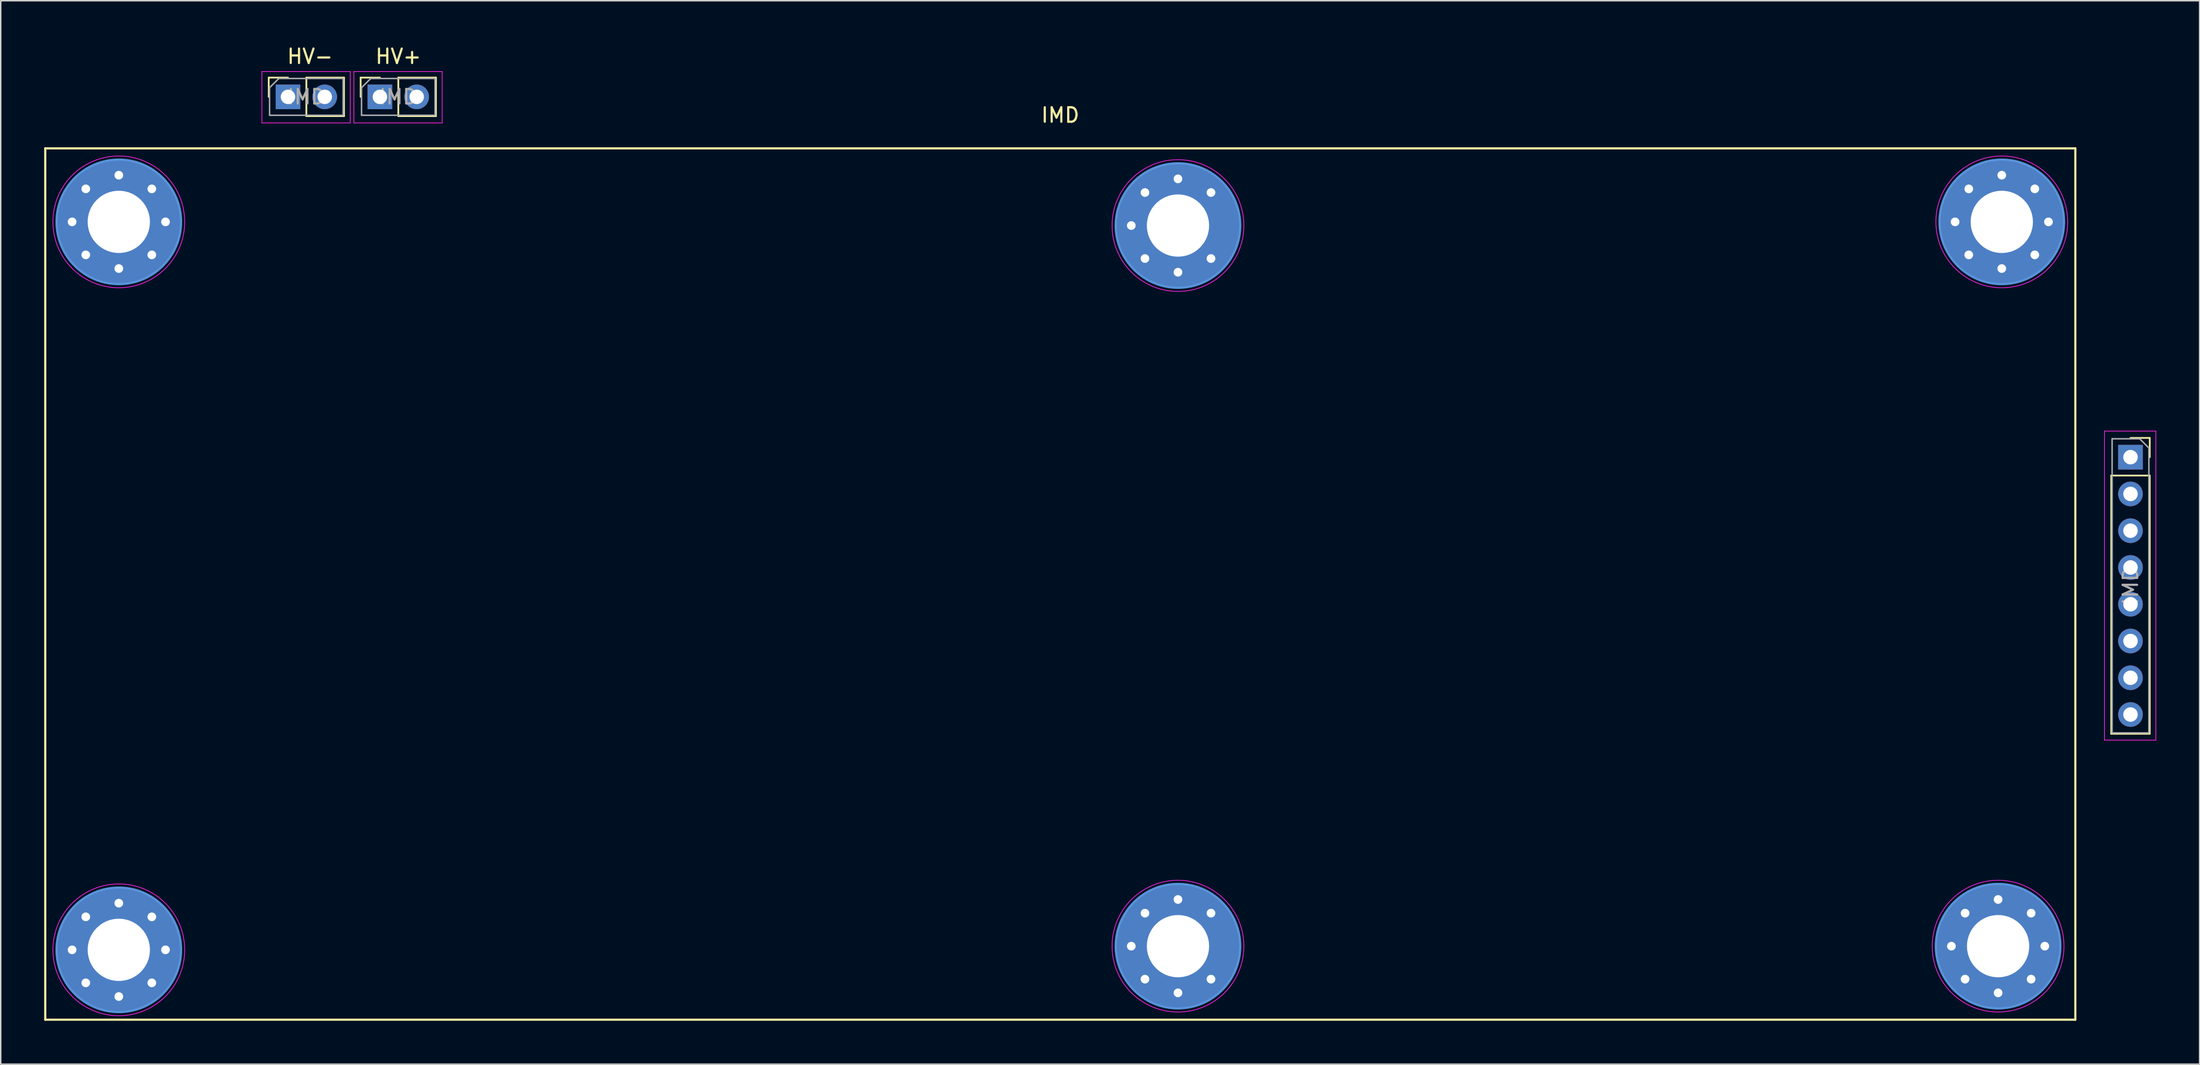
<source format=kicad_pcb>
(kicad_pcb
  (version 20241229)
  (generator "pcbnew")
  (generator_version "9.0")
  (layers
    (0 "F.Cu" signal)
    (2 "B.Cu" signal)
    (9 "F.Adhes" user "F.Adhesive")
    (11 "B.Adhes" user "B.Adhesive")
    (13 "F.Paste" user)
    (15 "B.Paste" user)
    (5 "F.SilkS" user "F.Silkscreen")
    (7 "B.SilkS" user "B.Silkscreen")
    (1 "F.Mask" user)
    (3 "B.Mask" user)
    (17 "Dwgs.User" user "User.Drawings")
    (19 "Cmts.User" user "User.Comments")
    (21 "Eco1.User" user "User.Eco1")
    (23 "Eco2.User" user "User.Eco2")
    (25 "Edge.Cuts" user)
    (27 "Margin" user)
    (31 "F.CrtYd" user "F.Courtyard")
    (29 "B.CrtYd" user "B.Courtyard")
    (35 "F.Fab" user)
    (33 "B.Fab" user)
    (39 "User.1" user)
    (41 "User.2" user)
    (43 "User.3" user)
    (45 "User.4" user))
  (footprint "IMD"
    (layer "F.Cu")
    (at 70.179 37.424)
    (property "Reference" "IMD" (at 0 -32.52 0) (layer "F.SilkS") (effects (font (size 1 1) (thickness 0.15))))
    (attr through_hole)
    (fp_line (start -70.104 -30.226) (end 70.104 -30.226) (stroke (width 0.15) (type solid)) (layer "F.SilkS"))
    (fp_line (start -70.104 29.972) (end -70.104 -30.226) (stroke (width 0.15) (type solid)) (layer "F.SilkS"))
    (fp_line (start -54.67 -35.112) (end -53.34 -35.112) (stroke (width 0.12) (type solid)) (layer "F.SilkS"))
    (fp_line (start -54.67 -33.782) (end -54.67 -35.112) (stroke (width 0.12) (type solid)) (layer "F.SilkS"))
    (fp_line (start -52.07 -35.112) (end -49.47 -35.112) (stroke (width 0.12) (type solid)) (layer "F.SilkS"))
    (fp_line (start -52.07 -32.452) (end -52.07 -35.112) (stroke (width 0.12) (type solid)) (layer "F.SilkS"))
    (fp_line (start -52.07 -32.452) (end -49.47 -32.452) (stroke (width 0.12) (type solid)) (layer "F.SilkS"))
    (fp_line (start -49.47 -32.452) (end -49.47 -35.112) (stroke (width 0.12) (type solid)) (layer "F.SilkS"))
    (fp_line (start -48.32 -35.112) (end -46.99 -35.112) (stroke (width 0.12) (type solid)) (layer "F.SilkS"))
    (fp_line (start -48.32 -33.782) (end -48.32 -35.112) (stroke (width 0.12) (type solid)) (layer "F.SilkS"))
    (fp_line (start -45.72 -35.112) (end -43.12 -35.112) (stroke (width 0.12) (type solid)) (layer "F.SilkS"))
    (fp_line (start -45.72 -32.452) (end -45.72 -35.112) (stroke (width 0.12) (type solid)) (layer "F.SilkS"))
    (fp_line (start -45.72 -32.452) (end -43.12 -32.452) (stroke (width 0.12) (type solid)) (layer "F.SilkS"))
    (fp_line (start -43.12 -32.452) (end -43.12 -35.112) (stroke (width 0.12) (type solid)) (layer "F.SilkS"))
    (fp_line (start 70.104 -30.226) (end 70.104 29.972) (stroke (width 0.15) (type solid)) (layer "F.SilkS"))
    (fp_line (start 70.104 29.972) (end -70.104 29.972) (stroke (width 0.15) (type solid)) (layer "F.SilkS"))
    (fp_line (start 72.584 -7.62) (end 72.584 10.22) (stroke (width 0.12) (type solid)) (layer "F.SilkS"))
    (fp_line (start 72.584 -7.62) (end 75.244 -7.62) (stroke (width 0.12) (type solid)) (layer "F.SilkS"))
    (fp_line (start 72.584 10.22) (end 75.244 10.22) (stroke (width 0.12) (type solid)) (layer "F.SilkS"))
    (fp_line (start 73.914 -10.22) (end 75.244 -10.22) (stroke (width 0.12) (type solid)) (layer "F.SilkS"))
    (fp_line (start 75.244 -10.22) (end 75.244 -8.89) (stroke (width 0.12) (type solid)) (layer "F.SilkS"))
    (fp_line (start 75.244 -7.62) (end 75.244 10.22) (stroke (width 0.12) (type solid)) (layer "F.SilkS"))
    (fp_circle (center -65.024 -25.146) (end -60.724 -25.146) (stroke (width 0.15) (type solid)) (fill no) (layer "Cmts.User"))
    (fp_circle (center -65.024 25.146) (end -60.724 25.146) (stroke (width 0.15) (type solid)) (fill no) (layer "Cmts.User"))
    (fp_circle (center 8.128 -24.892) (end 12.428 -24.892) (stroke (width 0.15) (type solid)) (fill no) (layer "Cmts.User"))
    (fp_circle (center 8.128 24.892) (end 12.428 24.892) (stroke (width 0.15) (type solid)) (fill no) (layer "Cmts.User"))
    (fp_circle (center 64.77 24.892) (end 69.07 24.892) (stroke (width 0.15) (type solid)) (fill no) (layer "Cmts.User"))
    (fp_circle (center 65.024 -25.146) (end 69.324 -25.146) (stroke (width 0.15) (type solid)) (fill no) (layer "Cmts.User"))
    (fp_line (start -55.14 -35.532) (end -49.04 -35.532) (stroke (width 0.05) (type solid)) (layer "F.CrtYd"))
    (fp_line (start -55.14 -31.982) (end -55.14 -35.532) (stroke (width 0.05) (type solid)) (layer "F.CrtYd"))
    (fp_line (start -49.04 -35.532) (end -49.04 -31.982) (stroke (width 0.05) (type solid)) (layer "F.CrtYd"))
    (fp_line (start -49.04 -31.982) (end -55.14 -31.982) (stroke (width 0.05) (type solid)) (layer "F.CrtYd"))
    (fp_line (start -48.79 -35.532) (end -42.69 -35.532) (stroke (width 0.05) (type solid)) (layer "F.CrtYd"))
    (fp_line (start -48.79 -31.982) (end -48.79 -35.532) (stroke (width 0.05) (type solid)) (layer "F.CrtYd"))
    (fp_line (start -42.69 -35.532) (end -42.69 -31.982) (stroke (width 0.05) (type solid)) (layer "F.CrtYd"))
    (fp_line (start -42.69 -31.982) (end -48.79 -31.982) (stroke (width 0.05) (type solid)) (layer "F.CrtYd"))
    (fp_line (start 72.114 -10.69) (end 75.664 -10.69) (stroke (width 0.05) (type solid)) (layer "F.CrtYd"))
    (fp_line (start 72.114 10.66) (end 72.114 -10.69) (stroke (width 0.05) (type solid)) (layer "F.CrtYd"))
    (fp_line (start 75.664 -10.69) (end 75.664 10.66) (stroke (width 0.05) (type solid)) (layer "F.CrtYd"))
    (fp_line (start 75.664 10.66) (end 72.114 10.66) (stroke (width 0.05) (type solid)) (layer "F.CrtYd"))
    (fp_circle (center -65.024 -25.146) (end -60.474 -25.146) (stroke (width 0.05) (type solid)) (fill no) (layer "F.CrtYd"))
    (fp_circle (center -65.024 25.146) (end -60.474 25.146) (stroke (width 0.05) (type solid)) (fill no) (layer "F.CrtYd"))
    (fp_circle (center 8.128 -24.892) (end 12.678 -24.892) (stroke (width 0.05) (type solid)) (fill no) (layer "F.CrtYd"))
    (fp_circle (center 8.128 24.892) (end 12.678 24.892) (stroke (width 0.05) (type solid)) (fill no) (layer "F.CrtYd"))
    (fp_circle (center 64.77 24.892) (end 69.32 24.892) (stroke (width 0.05) (type solid)) (fill no) (layer "F.CrtYd"))
    (fp_circle (center 65.024 -25.146) (end 69.574 -25.146) (stroke (width 0.05) (type solid)) (fill no) (layer "F.CrtYd"))
    (fp_line (start -54.61 -34.417) (end -53.975 -35.052) (stroke (width 0.1) (type solid)) (layer "F.Fab"))
    (fp_line (start -54.61 -32.512) (end -54.61 -34.417) (stroke (width 0.1) (type solid)) (layer "F.Fab"))
    (fp_line (start -53.975 -35.052) (end -49.53 -35.052) (stroke (width 0.1) (type solid)) (layer "F.Fab"))
    (fp_line (start -49.53 -35.052) (end -49.53 -32.512) (stroke (width 0.1) (type solid)) (layer "F.Fab"))
    (fp_line (start -49.53 -32.512) (end -54.61 -32.512) (stroke (width 0.1) (type solid)) (layer "F.Fab"))
    (fp_line (start -48.26 -34.417) (end -47.625 -35.052) (stroke (width 0.1) (type solid)) (layer "F.Fab"))
    (fp_line (start -48.26 -32.512) (end -48.26 -34.417) (stroke (width 0.1) (type solid)) (layer "F.Fab"))
    (fp_line (start -47.625 -35.052) (end -43.18 -35.052) (stroke (width 0.1) (type solid)) (layer "F.Fab"))
    (fp_line (start -43.18 -35.052) (end -43.18 -32.512) (stroke (width 0.1) (type solid)) (layer "F.Fab"))
    (fp_line (start -43.18 -32.512) (end -48.26 -32.512) (stroke (width 0.1) (type solid)) (layer "F.Fab"))
    (fp_line (start 72.644 -10.16) (end 74.549 -10.16) (stroke (width 0.1) (type solid)) (layer "F.Fab"))
    (fp_line (start 72.644 10.16) (end 72.644 -10.16) (stroke (width 0.1) (type solid)) (layer "F.Fab"))
    (fp_line (start 74.549 -10.16) (end 75.184 -9.525) (stroke (width 0.1) (type solid)) (layer "F.Fab"))
    (fp_line (start 75.184 -9.525) (end 75.184 10.16) (stroke (width 0.1) (type solid)) (layer "F.Fab"))
    (fp_line (start 75.184 10.16) (end 72.644 10.16) (stroke (width 0.1) (type solid)) (layer "F.Fab"))
    (fp_text user "HV-" (at -51.816 -36.576 0) (layer "F.SilkS") (effects (font (size 1 1) (thickness 0.15))))
    (fp_text user "HV+" (at -45.72 -36.576 0) (layer "F.SilkS") (effects (font (size 1 1) (thickness 0.15))))
    (fp_text user "${REFERENCE}" (at 73.914 0 90) (layer "F.Fab") (effects (font (size 1 1) (thickness 0.15))))
    (fp_text user "${REFERENCE}" (at 65.07 24.892 0) (layer "F.Fab") (effects (font (size 1 1) (thickness 0.15))))
    (fp_text user "${REFERENCE}" (at 8.428 -24.892 0) (layer "F.Fab") (effects (font (size 1 1) (thickness 0.15))))
    (fp_text user "${REFERENCE}" (at -45.72 -33.782 180) (layer "F.Fab") (effects (font (size 1 1) (thickness 0.15))))
    (fp_text user "${REFERENCE}" (at 65.324 -25.146 0) (layer "F.Fab") (effects (font (size 1 1) (thickness 0.15))))
    (fp_text user "${REFERENCE}" (at -64.724 -25.146 0) (layer "F.Fab") (effects (font (size 1 1) (thickness 0.15))))
    (fp_text user "${REFERENCE}" (at 8.428 24.892 0) (layer "F.Fab") (effects (font (size 1 1) (thickness 0.15))))
    (fp_text user "${REFERENCE}" (at -64.724 25.146 0) (layer "F.Fab") (effects (font (size 1 1) (thickness 0.15))))
    (fp_text user "${REFERENCE}" (at -52.07 -33.782 180) (layer "F.Fab") (effects (font (size 1 1) (thickness 0.15))))
    (pad "" thru_hole oval (at -50.8 -33.782 90) (size 1.7 1.7) (drill 1) (layers "*.Cu" "*.Mask"))
    (pad "" thru_hole oval (at -44.45 -33.782 90) (size 1.7 1.7) (drill 1) (layers "*.Cu" "*.Mask"))
    (pad "1" thru_hole circle (at -68.249 -25.146) (size 0.9 0.9) (drill 0.6) (layers "*.Cu" "*.Mask"))
    (pad "1" thru_hole circle (at -68.249 25.146) (size 0.9 0.9) (drill 0.6) (layers "*.Cu" "*.Mask"))
    (pad "1" thru_hole circle (at -67.304 -27.426) (size 0.9 0.9) (drill 0.6) (layers "*.Cu" "*.Mask"))
    (pad "1" thru_hole circle (at -67.304 -22.866) (size 0.9 0.9) (drill 0.6) (layers "*.Cu" "*.Mask"))
    (pad "1" thru_hole circle (at -67.304 22.866) (size 0.9 0.9) (drill 0.6) (layers "*.Cu" "*.Mask"))
    (pad "1" thru_hole circle (at -67.304 27.426) (size 0.9 0.9) (drill 0.6) (layers "*.Cu" "*.Mask"))
    (pad "1" thru_hole circle (at -65.024 -28.371) (size 0.9 0.9) (drill 0.6) (layers "*.Cu" "*.Mask"))
    (pad "1" thru_hole circle (at -65.024 -25.146) (size 8.6 8.6) (drill 4.3) (layers "*.Cu" "*.Mask"))
    (pad "1" thru_hole circle (at -65.024 -21.921) (size 0.9 0.9) (drill 0.6) (layers "*.Cu" "*.Mask"))
    (pad "1" thru_hole circle (at -65.024 21.921) (size 0.9 0.9) (drill 0.6) (layers "*.Cu" "*.Mask"))
    (pad "1" thru_hole circle (at -65.024 25.146) (size 8.6 8.6) (drill 4.3) (layers "*.Cu" "*.Mask"))
    (pad "1" thru_hole circle (at -65.024 28.371) (size 0.9 0.9) (drill 0.6) (layers "*.Cu" "*.Mask"))
    (pad "1" thru_hole circle (at -62.744 -27.426) (size 0.9 0.9) (drill 0.6) (layers "*.Cu" "*.Mask"))
    (pad "1" thru_hole circle (at -62.744 -22.866) (size 0.9 0.9) (drill 0.6) (layers "*.Cu" "*.Mask"))
    (pad "1" thru_hole circle (at -62.744 22.866) (size 0.9 0.9) (drill 0.6) (layers "*.Cu" "*.Mask"))
    (pad "1" thru_hole circle (at -62.744 27.426) (size 0.9 0.9) (drill 0.6) (layers "*.Cu" "*.Mask"))
    (pad "1" thru_hole circle (at -61.799 -25.146) (size 0.9 0.9) (drill 0.6) (layers "*.Cu" "*.Mask"))
    (pad "1" thru_hole circle (at -61.799 25.146) (size 0.9 0.9) (drill 0.6) (layers "*.Cu" "*.Mask"))
    (pad "1" thru_hole circle (at 4.903 -24.892) (size 0.9 0.9) (drill 0.6) (layers "*.Cu" "*.Mask"))
    (pad "1" thru_hole circle (at 4.903 24.892) (size 0.9 0.9) (drill 0.6) (layers "*.Cu" "*.Mask"))
    (pad "1" thru_hole circle (at 5.848 -27.172) (size 0.9 0.9) (drill 0.6) (layers "*.Cu" "*.Mask"))
    (pad "1" thru_hole circle (at 5.848 -22.612) (size 0.9 0.9) (drill 0.6) (layers "*.Cu" "*.Mask"))
    (pad "1" thru_hole circle (at 5.848 22.612) (size 0.9 0.9) (drill 0.6) (layers "*.Cu" "*.Mask"))
    (pad "1" thru_hole circle (at 5.848 27.172) (size 0.9 0.9) (drill 0.6) (layers "*.Cu" "*.Mask"))
    (pad "1" thru_hole circle (at 8.128 -28.117) (size 0.9 0.9) (drill 0.6) (layers "*.Cu" "*.Mask"))
    (pad "1" thru_hole circle (at 8.128 -24.892) (size 8.6 8.6) (drill 4.3) (layers "*.Cu" "*.Mask"))
    (pad "1" thru_hole circle (at 8.128 -21.667) (size 0.9 0.9) (drill 0.6) (layers "*.Cu" "*.Mask"))
    (pad "1" thru_hole circle (at 8.128 21.667) (size 0.9 0.9) (drill 0.6) (layers "*.Cu" "*.Mask"))
    (pad "1" thru_hole circle (at 8.128 24.892) (size 8.6 8.6) (drill 4.3) (layers "*.Cu" "*.Mask"))
    (pad "1" thru_hole circle (at 8.128 28.117) (size 0.9 0.9) (drill 0.6) (layers "*.Cu" "*.Mask"))
    (pad "1" thru_hole circle (at 10.408 -27.172) (size 0.9 0.9) (drill 0.6) (layers "*.Cu" "*.Mask"))
    (pad "1" thru_hole circle (at 10.408 -22.612) (size 0.9 0.9) (drill 0.6) (layers "*.Cu" "*.Mask"))
    (pad "1" thru_hole circle (at 10.408 22.612) (size 0.9 0.9) (drill 0.6) (layers "*.Cu" "*.Mask"))
    (pad "1" thru_hole circle (at 10.408 27.172) (size 0.9 0.9) (drill 0.6) (layers "*.Cu" "*.Mask"))
    (pad "1" thru_hole circle (at 61.545 24.892) (size 0.9 0.9) (drill 0.6) (layers "*.Cu" "*.Mask"))
    (pad "1" thru_hole circle (at 61.799 -25.146) (size 0.9 0.9) (drill 0.6) (layers "*.Cu" "*.Mask"))
    (pad "1" thru_hole circle (at 62.49 22.612) (size 0.9 0.9) (drill 0.6) (layers "*.Cu" "*.Mask"))
    (pad "1" thru_hole circle (at 62.49 27.172) (size 0.9 0.9) (drill 0.6) (layers "*.Cu" "*.Mask"))
    (pad "1" thru_hole circle (at 62.744 -27.426) (size 0.9 0.9) (drill 0.6) (layers "*.Cu" "*.Mask"))
    (pad "1" thru_hole circle (at 62.744 -22.866) (size 0.9 0.9) (drill 0.6) (layers "*.Cu" "*.Mask"))
    (pad "1" thru_hole circle (at 64.77 21.667) (size 0.9 0.9) (drill 0.6) (layers "*.Cu" "*.Mask"))
    (pad "1" thru_hole circle (at 64.77 24.892) (size 8.6 8.6) (drill 4.3) (layers "*.Cu" "*.Mask"))
    (pad "1" thru_hole circle (at 64.77 28.117) (size 0.9 0.9) (drill 0.6) (layers "*.Cu" "*.Mask"))
    (pad "1" thru_hole circle (at 65.024 -28.371) (size 0.9 0.9) (drill 0.6) (layers "*.Cu" "*.Mask"))
    (pad "1" thru_hole circle (at 65.024 -25.146) (size 8.6 8.6) (drill 4.3) (layers "*.Cu" "*.Mask"))
    (pad "1" thru_hole circle (at 65.024 -21.921) (size 0.9 0.9) (drill 0.6) (layers "*.Cu" "*.Mask"))
    (pad "1" thru_hole circle (at 67.05 22.612) (size 0.9 0.9) (drill 0.6) (layers "*.Cu" "*.Mask"))
    (pad "1" thru_hole circle (at 67.05 27.172) (size 0.9 0.9) (drill 0.6) (layers "*.Cu" "*.Mask"))
    (pad "1" thru_hole circle (at 67.304 -27.426) (size 0.9 0.9) (drill 0.6) (layers "*.Cu" "*.Mask"))
    (pad "1" thru_hole circle (at 67.304 -22.866) (size 0.9 0.9) (drill 0.6) (layers "*.Cu" "*.Mask"))
    (pad "1" thru_hole circle (at 67.995 24.892) (size 0.9 0.9) (drill 0.6) (layers "*.Cu" "*.Mask"))
    (pad "1" thru_hole circle (at 68.249 -25.146) (size 0.9 0.9) (drill 0.6) (layers "*.Cu" "*.Mask"))
    (pad "1" thru_hole rect (at 73.914 -8.89) (size 1.7 1.7) (drill 1) (layers "*.Cu" "*.Mask"))
    (pad "2" thru_hole oval (at 73.914 -6.35) (size 1.7 1.7) (drill 1) (layers "*.Cu" "*.Mask"))
    (pad "3" thru_hole oval (at 73.914 -3.81) (size 1.7 1.7) (drill 1) (layers "*.Cu" "*.Mask"))
    (pad "4" thru_hole oval (at 73.914 -1.27) (size 1.7 1.7) (drill 1) (layers "*.Cu" "*.Mask"))
    (pad "5" thru_hole oval (at 73.914 1.27) (size 1.7 1.7) (drill 1) (layers "*.Cu" "*.Mask"))
    (pad "6" thru_hole oval (at 73.914 3.81) (size 1.7 1.7) (drill 1) (layers "*.Cu" "*.Mask"))
    (pad "7" thru_hole oval (at 73.914 6.35) (size 1.7 1.7) (drill 1) (layers "*.Cu" "*.Mask"))
    (pad "8" thru_hole oval (at 73.914 8.89) (size 1.7 1.7) (drill 1) (layers "*.Cu" "*.Mask"))
    (pad "9" thru_hole rect (at -53.34 -33.782 90) (size 1.7 1.7) (drill 1) (layers "*.Cu" "*.Mask"))
    (pad "10" thru_hole rect (at -46.99 -33.782 90) (size 1.7 1.7) (drill 1) (layers "*.Cu" "*.Mask")))
  (gr_rect
    (start -3 -3)
    (end 148.868 70.471)
    (stroke (width 0.1) (type default))
    (fill no)
    (layer "Edge.Cuts")))
</source>
